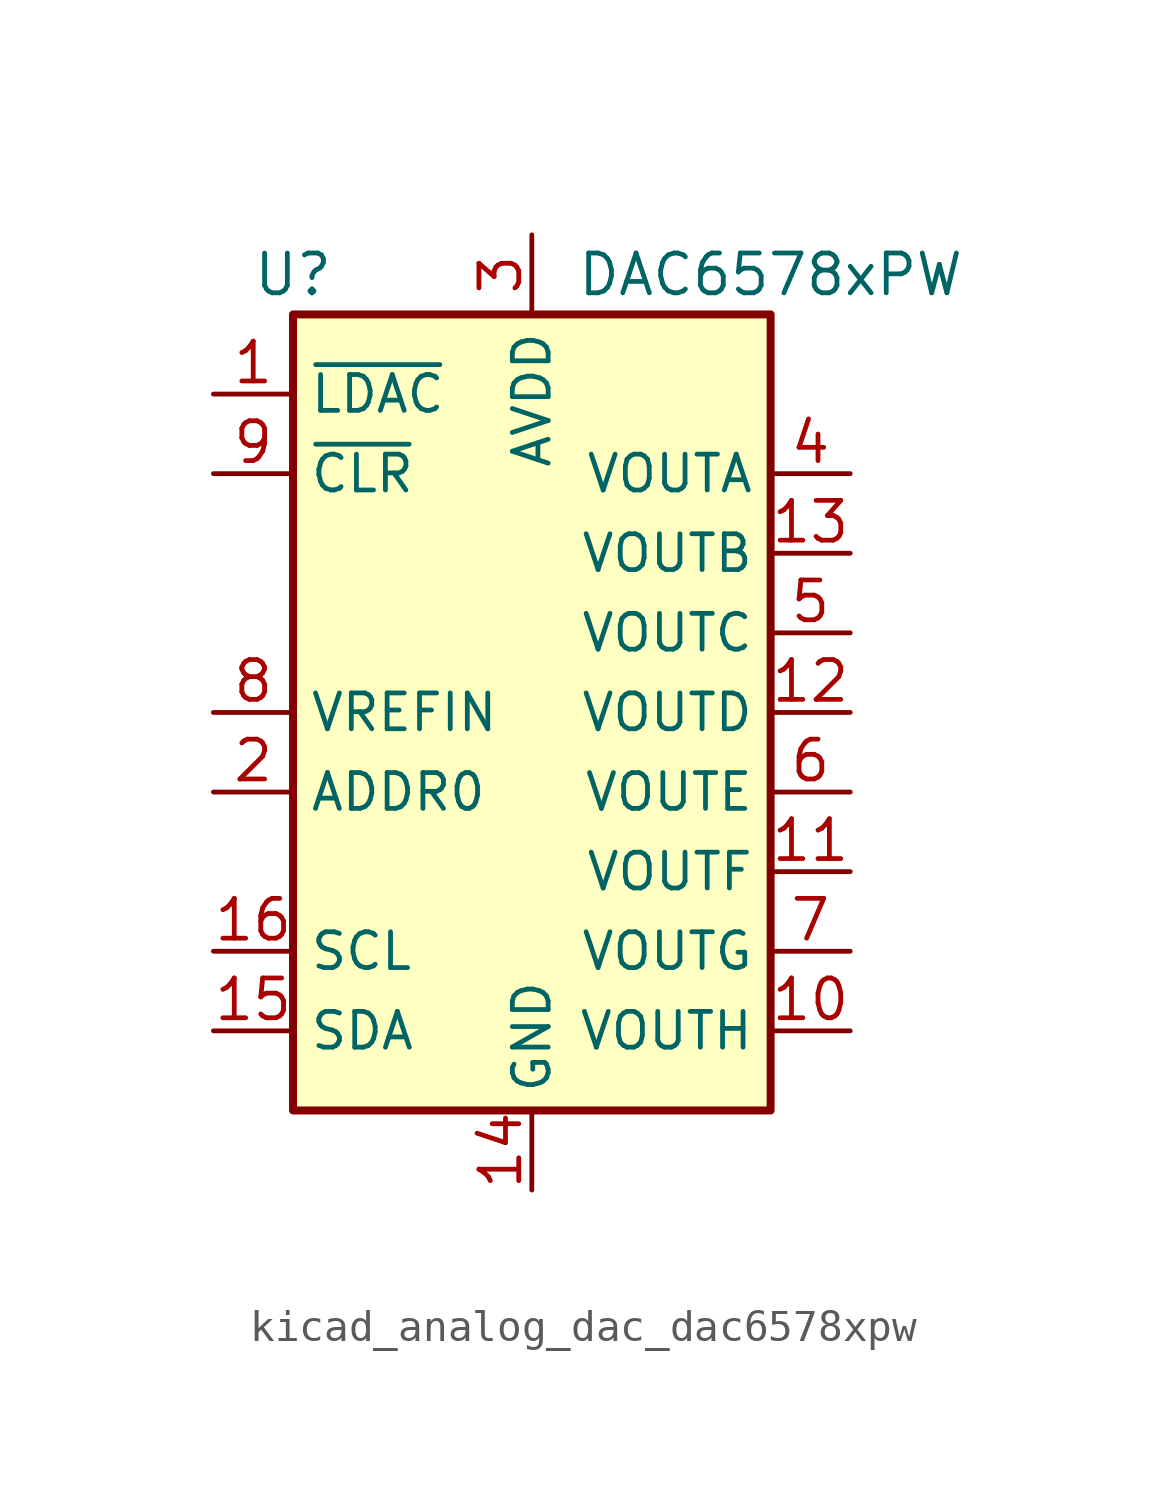
<source format=kicad_sym>
(kicad_symbol_lib
  (version 20220914)
  (generator kicad_symbol_editor)
  (symbol "kicad_analog_dac_dac6578xpw"
    (property "Reference" "U"
      (at -7.62 13.97 0)
      (effects (font (size 1.27 1.27))))
    (property "Value" "DAC6578xPW"
      (at 7.62 13.97 0)
      (effects (font (size 1.27 1.27))))
    (symbol "kicad_analog_dac_dac6578xpw_0_1"
      (rectangle (start -7.62 12.7) (end 7.62 -12.7) (stroke (width 0.254) (type default)) (fill (type background))))
    (symbol "kicad_analog_dac_dac6578xpw_1_1"
      (pin input line (at -10.16 10.16 0) (length 2.54) (name "~{LDAC}" (effects (font (size 1.143 1.143)))) (number "1" (effects (font (size 1.27 1.27)))))
      (pin output line (at 10.16 -10.16 180) (length 2.54) (name "VOUTH" (effects (font (size 1.143 1.143)))) (number "10" (effects (font (size 1.27 1.27)))))
      (pin output line (at 10.16 -5.08 180) (length 2.54) (name "VOUTF" (effects (font (size 1.143 1.143)))) (number "11" (effects (font (size 1.27 1.27)))))
      (pin output line (at 10.16 0 180) (length 2.54) (name "VOUTD" (effects (font (size 1.143 1.143)))) (number "12" (effects (font (size 1.27 1.27)))))
      (pin output line (at 10.16 5.08 180) (length 2.54) (name "VOUTB" (effects (font (size 1.143 1.143)))) (number "13" (effects (font (size 1.27 1.27)))))
      (pin power_in line (at 0 -15.24 90) (length 2.54) (name "GND" (effects (font (size 1.143 1.143)))) (number "14" (effects (font (size 1.27 1.27)))))
      (pin bidirectional line (at -10.16 -10.16 0) (length 2.54) (name "SDA" (effects (font (size 1.143 1.143)))) (number "15" (effects (font (size 1.27 1.27)))))
      (pin input line (at -10.16 -7.62 0) (length 2.54) (name "SCL" (effects (font (size 1.143 1.143)))) (number "16" (effects (font (size 1.27 1.27)))))
      (pin input line (at -10.16 -2.54 0) (length 2.54) (name "ADDR0" (effects (font (size 1.143 1.143)))) (number "2" (effects (font (size 1.27 1.27)))))
      (pin power_in line (at 0 15.24 270) (length 2.54) (name "AVDD" (effects (font (size 1.143 1.143)))) (number "3" (effects (font (size 1.27 1.27)))))
      (pin output line (at 10.16 7.62 180) (length 2.54) (name "VOUTA" (effects (font (size 1.143 1.143)))) (number "4" (effects (font (size 1.27 1.27)))))
      (pin output line (at 10.16 2.54 180) (length 2.54) (name "VOUTC" (effects (font (size 1.143 1.143)))) (number "5" (effects (font (size 1.27 1.27)))))
      (pin output line (at 10.16 -2.54 180) (length 2.54) (name "VOUTE" (effects (font (size 1.143 1.143)))) (number "6" (effects (font (size 1.27 1.27)))))
      (pin output line (at 10.16 -7.62 180) (length 2.54) (name "VOUTG" (effects (font (size 1.143 1.143)))) (number "7" (effects (font (size 1.27 1.27)))))
      (pin input line (at -10.16 0 0) (length 2.54) (name "VREFIN" (effects (font (size 1.143 1.143)))) (number "8" (effects (font (size 1.27 1.27)))))
      (pin input line (at -10.16 7.62 0) (length 2.54) (name "~{CLR}" (effects (font (size 1.143 1.143)))) (number "9" (effects (font (size 1.27 1.27))))))))
</source>
